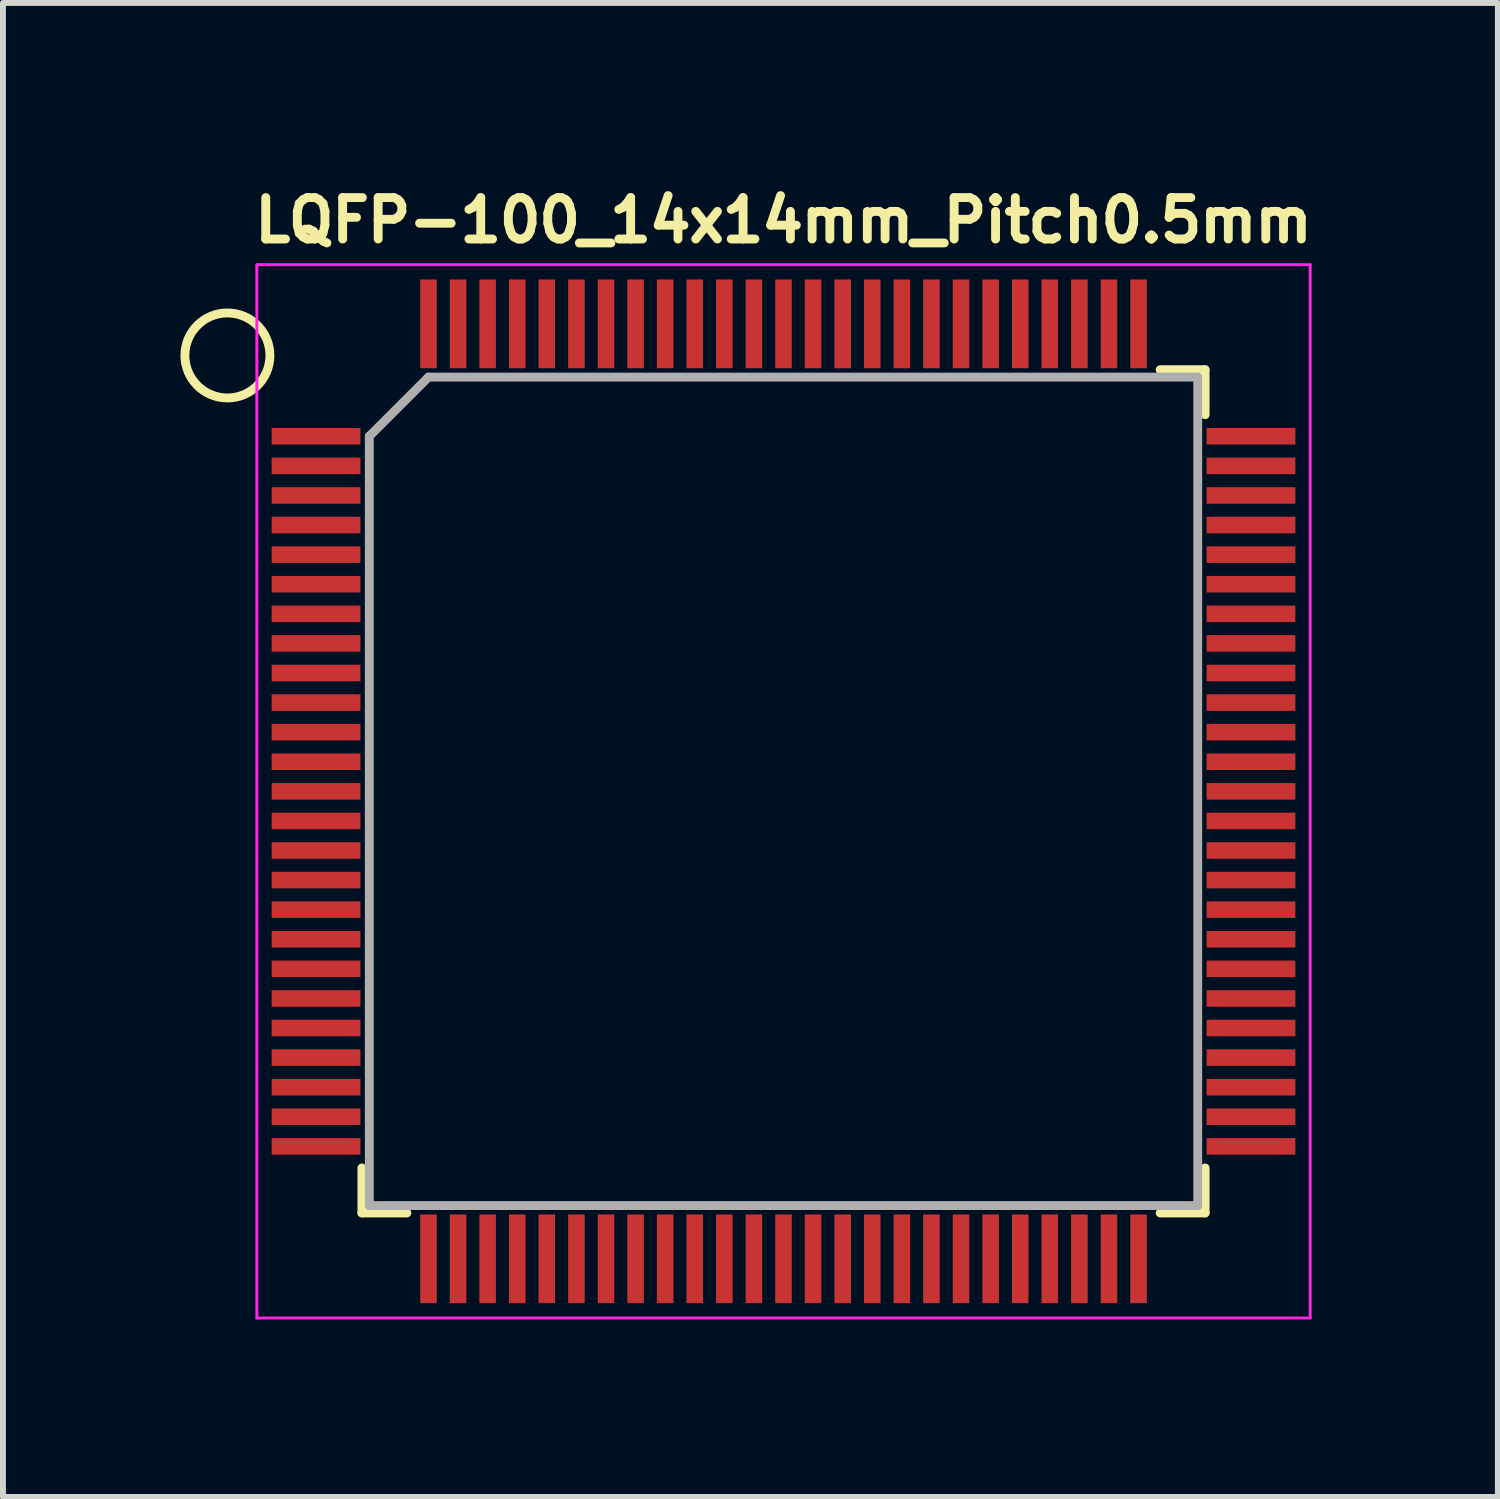
<source format=kicad_pcb>
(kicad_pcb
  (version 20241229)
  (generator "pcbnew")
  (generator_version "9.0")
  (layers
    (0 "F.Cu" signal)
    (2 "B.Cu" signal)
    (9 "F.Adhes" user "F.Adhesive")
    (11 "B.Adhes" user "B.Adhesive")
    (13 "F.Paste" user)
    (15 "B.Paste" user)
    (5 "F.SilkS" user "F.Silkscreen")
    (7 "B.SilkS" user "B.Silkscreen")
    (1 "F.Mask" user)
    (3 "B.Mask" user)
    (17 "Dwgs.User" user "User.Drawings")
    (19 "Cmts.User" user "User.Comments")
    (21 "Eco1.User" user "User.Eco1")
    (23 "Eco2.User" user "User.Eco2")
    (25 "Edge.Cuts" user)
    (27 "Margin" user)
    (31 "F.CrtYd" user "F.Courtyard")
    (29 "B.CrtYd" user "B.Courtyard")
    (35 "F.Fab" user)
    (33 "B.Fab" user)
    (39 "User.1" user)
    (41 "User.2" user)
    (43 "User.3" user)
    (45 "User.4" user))
  (footprint "LQFP-100_14x14mm_Pitch0.5mm"
    (layer "F.Cu")
    (at 10.191 10.323)
    (property "Reference" "LQFP-100_14x14mm_Pitch0.5mm" (at 0 -9.65 0) (layer "F.SilkS") (effects (font (size 0.7 0.7) (thickness 0.15))))
    (attr smd)
    (fp_line (start -7.125 7.125) (end -7.125 6.365) (stroke (width 0.15) (type solid)) (layer "F.SilkS"))
    (fp_line (start -7.125 7.125) (end -6.365 7.125) (stroke (width 0.15) (type solid)) (layer "F.SilkS"))
    (fp_line (start 7.125 -7.125) (end 6.365 -7.125) (stroke (width 0.15) (type solid)) (layer "F.SilkS"))
    (fp_line (start 7.125 -7.125) (end 7.125 -6.365) (stroke (width 0.15) (type solid)) (layer "F.SilkS"))
    (fp_line (start 7.125 7.125) (end 6.365 7.125) (stroke (width 0.15) (type solid)) (layer "F.SilkS"))
    (fp_line (start 7.125 7.125) (end 7.125 6.365) (stroke (width 0.15) (type solid)) (layer "F.SilkS"))
    (fp_circle (center -9.398 -7.366) (end -8.89 -6.858) (stroke (width 0.15) (type solid)) (fill no) (layer "F.SilkS"))
    (fp_line (start -8.9 -8.9) (end -8.9 8.9) (stroke (width 0.05) (type solid)) (layer "F.CrtYd"))
    (fp_line (start -8.9 -8.9) (end 8.9 -8.9) (stroke (width 0.05) (type solid)) (layer "F.CrtYd"))
    (fp_line (start -8.9 8.9) (end 8.9 8.9) (stroke (width 0.05) (type solid)) (layer "F.CrtYd"))
    (fp_line (start 8.9 -8.9) (end 8.9 8.9) (stroke (width 0.05) (type solid)) (layer "F.CrtYd"))
    (fp_line (start -7 -6) (end -6 -7) (stroke (width 0.15) (type solid)) (layer "F.Fab"))
    (fp_line (start -7 7) (end -7 -6) (stroke (width 0.15) (type solid)) (layer "F.Fab"))
    (fp_line (start -6 -7) (end 7 -7) (stroke (width 0.15) (type solid)) (layer "F.Fab"))
    (fp_line (start 7 -7) (end 7 7) (stroke (width 0.15) (type solid)) (layer "F.Fab"))
    (fp_line (start 7 7) (end -7 7) (stroke (width 0.15) (type solid)) (layer "F.Fab"))
    (pad "1" smd rect (at -7.9 -6) (size 1.5 0.28) (layers "F.Cu" "F.Mask" "F.Paste"))
    (pad "2" smd rect (at -7.9 -5.5) (size 1.5 0.28) (layers "F.Cu" "F.Mask" "F.Paste"))
    (pad "3" smd rect (at -7.9 -5) (size 1.5 0.28) (layers "F.Cu" "F.Mask" "F.Paste"))
    (pad "4" smd rect (at -7.9 -4.5) (size 1.5 0.28) (layers "F.Cu" "F.Mask" "F.Paste"))
    (pad "5" smd rect (at -7.9 -4) (size 1.5 0.28) (layers "F.Cu" "F.Mask" "F.Paste"))
    (pad "6" smd rect (at -7.9 -3.5) (size 1.5 0.28) (layers "F.Cu" "F.Mask" "F.Paste"))
    (pad "7" smd rect (at -7.9 -3) (size 1.5 0.28) (layers "F.Cu" "F.Mask" "F.Paste"))
    (pad "8" smd rect (at -7.9 -2.5) (size 1.5 0.28) (layers "F.Cu" "F.Mask" "F.Paste"))
    (pad "9" smd rect (at -7.9 -2) (size 1.5 0.28) (layers "F.Cu" "F.Mask" "F.Paste"))
    (pad "10" smd rect (at -7.9 -1.5) (size 1.5 0.28) (layers "F.Cu" "F.Mask" "F.Paste"))
    (pad "11" smd rect (at -7.9 -1) (size 1.5 0.28) (layers "F.Cu" "F.Mask" "F.Paste"))
    (pad "12" smd rect (at -7.9 -0.5) (size 1.5 0.28) (layers "F.Cu" "F.Mask" "F.Paste"))
    (pad "13" smd rect (at -7.9 0) (size 1.5 0.28) (layers "F.Cu" "F.Mask" "F.Paste"))
    (pad "14" smd rect (at -7.9 0.5) (size 1.5 0.28) (layers "F.Cu" "F.Mask" "F.Paste"))
    (pad "15" smd rect (at -7.9 1) (size 1.5 0.28) (layers "F.Cu" "F.Mask" "F.Paste"))
    (pad "16" smd rect (at -7.9 1.5) (size 1.5 0.28) (layers "F.Cu" "F.Mask" "F.Paste"))
    (pad "17" smd rect (at -7.9 2) (size 1.5 0.28) (layers "F.Cu" "F.Mask" "F.Paste"))
    (pad "18" smd rect (at -7.9 2.5) (size 1.5 0.28) (layers "F.Cu" "F.Mask" "F.Paste"))
    (pad "19" smd rect (at -7.9 3) (size 1.5 0.28) (layers "F.Cu" "F.Mask" "F.Paste"))
    (pad "20" smd rect (at -7.9 3.5) (size 1.5 0.28) (layers "F.Cu" "F.Mask" "F.Paste"))
    (pad "21" smd rect (at -7.9 4) (size 1.5 0.28) (layers "F.Cu" "F.Mask" "F.Paste"))
    (pad "22" smd rect (at -7.9 4.5) (size 1.5 0.28) (layers "F.Cu" "F.Mask" "F.Paste"))
    (pad "23" smd rect (at -7.9 5) (size 1.5 0.28) (layers "F.Cu" "F.Mask" "F.Paste"))
    (pad "24" smd rect (at -7.9 5.5) (size 1.5 0.28) (layers "F.Cu" "F.Mask" "F.Paste"))
    (pad "25" smd rect (at -7.9 6) (size 1.5 0.28) (layers "F.Cu" "F.Mask" "F.Paste"))
    (pad "26" smd rect (at -6 7.9 90) (size 1.5 0.28) (layers "F.Cu" "F.Mask" "F.Paste"))
    (pad "27" smd rect (at -5.5 7.9 90) (size 1.5 0.28) (layers "F.Cu" "F.Mask" "F.Paste"))
    (pad "28" smd rect (at -5 7.9 90) (size 1.5 0.28) (layers "F.Cu" "F.Mask" "F.Paste"))
    (pad "29" smd rect (at -4.5 7.9 90) (size 1.5 0.28) (layers "F.Cu" "F.Mask" "F.Paste"))
    (pad "30" smd rect (at -4 7.9 90) (size 1.5 0.28) (layers "F.Cu" "F.Mask" "F.Paste"))
    (pad "31" smd rect (at -3.5 7.9 90) (size 1.5 0.28) (layers "F.Cu" "F.Mask" "F.Paste"))
    (pad "32" smd rect (at -3 7.9 90) (size 1.5 0.28) (layers "F.Cu" "F.Mask" "F.Paste"))
    (pad "33" smd rect (at -2.5 7.9 90) (size 1.5 0.28) (layers "F.Cu" "F.Mask" "F.Paste"))
    (pad "34" smd rect (at -2 7.9 90) (size 1.5 0.28) (layers "F.Cu" "F.Mask" "F.Paste"))
    (pad "35" smd rect (at -1.5 7.9 90) (size 1.5 0.28) (layers "F.Cu" "F.Mask" "F.Paste"))
    (pad "36" smd rect (at -1 7.9 90) (size 1.5 0.28) (layers "F.Cu" "F.Mask" "F.Paste"))
    (pad "37" smd rect (at -0.5 7.9 90) (size 1.5 0.28) (layers "F.Cu" "F.Mask" "F.Paste"))
    (pad "38" smd rect (at 0 7.9 90) (size 1.5 0.28) (layers "F.Cu" "F.Mask" "F.Paste"))
    (pad "39" smd rect (at 0.5 7.9 90) (size 1.5 0.28) (layers "F.Cu" "F.Mask" "F.Paste"))
    (pad "40" smd rect (at 1 7.9 90) (size 1.5 0.28) (layers "F.Cu" "F.Mask" "F.Paste"))
    (pad "41" smd rect (at 1.5 7.9 90) (size 1.5 0.28) (layers "F.Cu" "F.Mask" "F.Paste"))
    (pad "42" smd rect (at 2 7.9 90) (size 1.5 0.28) (layers "F.Cu" "F.Mask" "F.Paste"))
    (pad "43" smd rect (at 2.5 7.9 90) (size 1.5 0.28) (layers "F.Cu" "F.Mask" "F.Paste"))
    (pad "44" smd rect (at 3 7.9 90) (size 1.5 0.28) (layers "F.Cu" "F.Mask" "F.Paste"))
    (pad "45" smd rect (at 3.5 7.9 90) (size 1.5 0.28) (layers "F.Cu" "F.Mask" "F.Paste"))
    (pad "46" smd rect (at 4 7.9 90) (size 1.5 0.28) (layers "F.Cu" "F.Mask" "F.Paste"))
    (pad "47" smd rect (at 4.5 7.9 90) (size 1.5 0.28) (layers "F.Cu" "F.Mask" "F.Paste"))
    (pad "48" smd rect (at 5 7.9 90) (size 1.5 0.28) (layers "F.Cu" "F.Mask" "F.Paste"))
    (pad "49" smd rect (at 5.5 7.9 90) (size 1.5 0.28) (layers "F.Cu" "F.Mask" "F.Paste"))
    (pad "50" smd rect (at 6 7.9 90) (size 1.5 0.28) (layers "F.Cu" "F.Mask" "F.Paste"))
    (pad "51" smd rect (at 7.9 6) (size 1.5 0.28) (layers "F.Cu" "F.Mask" "F.Paste"))
    (pad "52" smd rect (at 7.9 5.5) (size 1.5 0.28) (layers "F.Cu" "F.Mask" "F.Paste"))
    (pad "53" smd rect (at 7.9 5) (size 1.5 0.28) (layers "F.Cu" "F.Mask" "F.Paste"))
    (pad "54" smd rect (at 7.9 4.5) (size 1.5 0.28) (layers "F.Cu" "F.Mask" "F.Paste"))
    (pad "55" smd rect (at 7.9 4) (size 1.5 0.28) (layers "F.Cu" "F.Mask" "F.Paste"))
    (pad "56" smd rect (at 7.9 3.5) (size 1.5 0.28) (layers "F.Cu" "F.Mask" "F.Paste"))
    (pad "57" smd rect (at 7.9 3) (size 1.5 0.28) (layers "F.Cu" "F.Mask" "F.Paste"))
    (pad "58" smd rect (at 7.9 2.5) (size 1.5 0.28) (layers "F.Cu" "F.Mask" "F.Paste"))
    (pad "59" smd rect (at 7.9 2) (size 1.5 0.28) (layers "F.Cu" "F.Mask" "F.Paste"))
    (pad "60" smd rect (at 7.9 1.5) (size 1.5 0.28) (layers "F.Cu" "F.Mask" "F.Paste"))
    (pad "61" smd rect (at 7.9 1) (size 1.5 0.28) (layers "F.Cu" "F.Mask" "F.Paste"))
    (pad "62" smd rect (at 7.9 0.5) (size 1.5 0.28) (layers "F.Cu" "F.Mask" "F.Paste"))
    (pad "63" smd rect (at 7.9 0) (size 1.5 0.28) (layers "F.Cu" "F.Mask" "F.Paste"))
    (pad "64" smd rect (at 7.9 -0.5) (size 1.5 0.28) (layers "F.Cu" "F.Mask" "F.Paste"))
    (pad "65" smd rect (at 7.9 -1) (size 1.5 0.28) (layers "F.Cu" "F.Mask" "F.Paste"))
    (pad "66" smd rect (at 7.9 -1.5) (size 1.5 0.28) (layers "F.Cu" "F.Mask" "F.Paste"))
    (pad "67" smd rect (at 7.9 -2) (size 1.5 0.28) (layers "F.Cu" "F.Mask" "F.Paste"))
    (pad "68" smd rect (at 7.9 -2.5) (size 1.5 0.28) (layers "F.Cu" "F.Mask" "F.Paste"))
    (pad "69" smd rect (at 7.9 -3) (size 1.5 0.28) (layers "F.Cu" "F.Mask" "F.Paste"))
    (pad "70" smd rect (at 7.9 -3.5) (size 1.5 0.28) (layers "F.Cu" "F.Mask" "F.Paste"))
    (pad "71" smd rect (at 7.9 -4) (size 1.5 0.28) (layers "F.Cu" "F.Mask" "F.Paste"))
    (pad "72" smd rect (at 7.9 -4.5) (size 1.5 0.28) (layers "F.Cu" "F.Mask" "F.Paste"))
    (pad "73" smd rect (at 7.9 -5) (size 1.5 0.28) (layers "F.Cu" "F.Mask" "F.Paste"))
    (pad "74" smd rect (at 7.9 -5.5) (size 1.5 0.28) (layers "F.Cu" "F.Mask" "F.Paste"))
    (pad "75" smd rect (at 7.9 -6) (size 1.5 0.28) (layers "F.Cu" "F.Mask" "F.Paste"))
    (pad "76" smd rect (at 6 -7.9 90) (size 1.5 0.28) (layers "F.Cu" "F.Mask" "F.Paste"))
    (pad "77" smd rect (at 5.5 -7.9 90) (size 1.5 0.28) (layers "F.Cu" "F.Mask" "F.Paste"))
    (pad "78" smd rect (at 5 -7.9 90) (size 1.5 0.28) (layers "F.Cu" "F.Mask" "F.Paste"))
    (pad "79" smd rect (at 4.5 -7.9 90) (size 1.5 0.28) (layers "F.Cu" "F.Mask" "F.Paste"))
    (pad "80" smd rect (at 4 -7.9 90) (size 1.5 0.28) (layers "F.Cu" "F.Mask" "F.Paste"))
    (pad "81" smd rect (at 3.5 -7.9 90) (size 1.5 0.28) (layers "F.Cu" "F.Mask" "F.Paste"))
    (pad "82" smd rect (at 3 -7.9 90) (size 1.5 0.28) (layers "F.Cu" "F.Mask" "F.Paste"))
    (pad "83" smd rect (at 2.5 -7.9 90) (size 1.5 0.28) (layers "F.Cu" "F.Mask" "F.Paste"))
    (pad "84" smd rect (at 2 -7.9 90) (size 1.5 0.28) (layers "F.Cu" "F.Mask" "F.Paste"))
    (pad "85" smd rect (at 1.5 -7.9 90) (size 1.5 0.28) (layers "F.Cu" "F.Mask" "F.Paste"))
    (pad "86" smd rect (at 1 -7.9 90) (size 1.5 0.28) (layers "F.Cu" "F.Mask" "F.Paste"))
    (pad "87" smd rect (at 0.5 -7.9 90) (size 1.5 0.28) (layers "F.Cu" "F.Mask" "F.Paste"))
    (pad "88" smd rect (at 0 -7.9 90) (size 1.5 0.28) (layers "F.Cu" "F.Mask" "F.Paste"))
    (pad "89" smd rect (at -0.5 -7.9 90) (size 1.5 0.28) (layers "F.Cu" "F.Mask" "F.Paste"))
    (pad "90" smd rect (at -1 -7.9 90) (size 1.5 0.28) (layers "F.Cu" "F.Mask" "F.Paste"))
    (pad "91" smd rect (at -1.5 -7.9 90) (size 1.5 0.28) (layers "F.Cu" "F.Mask" "F.Paste"))
    (pad "92" smd rect (at -2 -7.9 90) (size 1.5 0.28) (layers "F.Cu" "F.Mask" "F.Paste"))
    (pad "93" smd rect (at -2.5 -7.9 90) (size 1.5 0.28) (layers "F.Cu" "F.Mask" "F.Paste"))
    (pad "94" smd rect (at -3 -7.9 90) (size 1.5 0.28) (layers "F.Cu" "F.Mask" "F.Paste"))
    (pad "95" smd rect (at -3.5 -7.9 90) (size 1.5 0.28) (layers "F.Cu" "F.Mask" "F.Paste"))
    (pad "96" smd rect (at -4 -7.9 90) (size 1.5 0.28) (layers "F.Cu" "F.Mask" "F.Paste"))
    (pad "97" smd rect (at -4.5 -7.9 90) (size 1.5 0.28) (layers "F.Cu" "F.Mask" "F.Paste"))
    (pad "98" smd rect (at -5 -7.9 90) (size 1.5 0.28) (layers "F.Cu" "F.Mask" "F.Paste"))
    (pad "99" smd rect (at -5.5 -7.9 90) (size 1.5 0.28) (layers "F.Cu" "F.Mask" "F.Paste"))
    (pad "100" smd rect (at -6 -7.9 90) (size 1.5 0.28) (layers "F.Cu" "F.Mask" "F.Paste")))
  (gr_rect
    (start -3 -3)
    (end 22.263 22.248)
    (stroke (width 0.1) (type default))
    (fill no)
    (layer "Edge.Cuts")))
</source>
